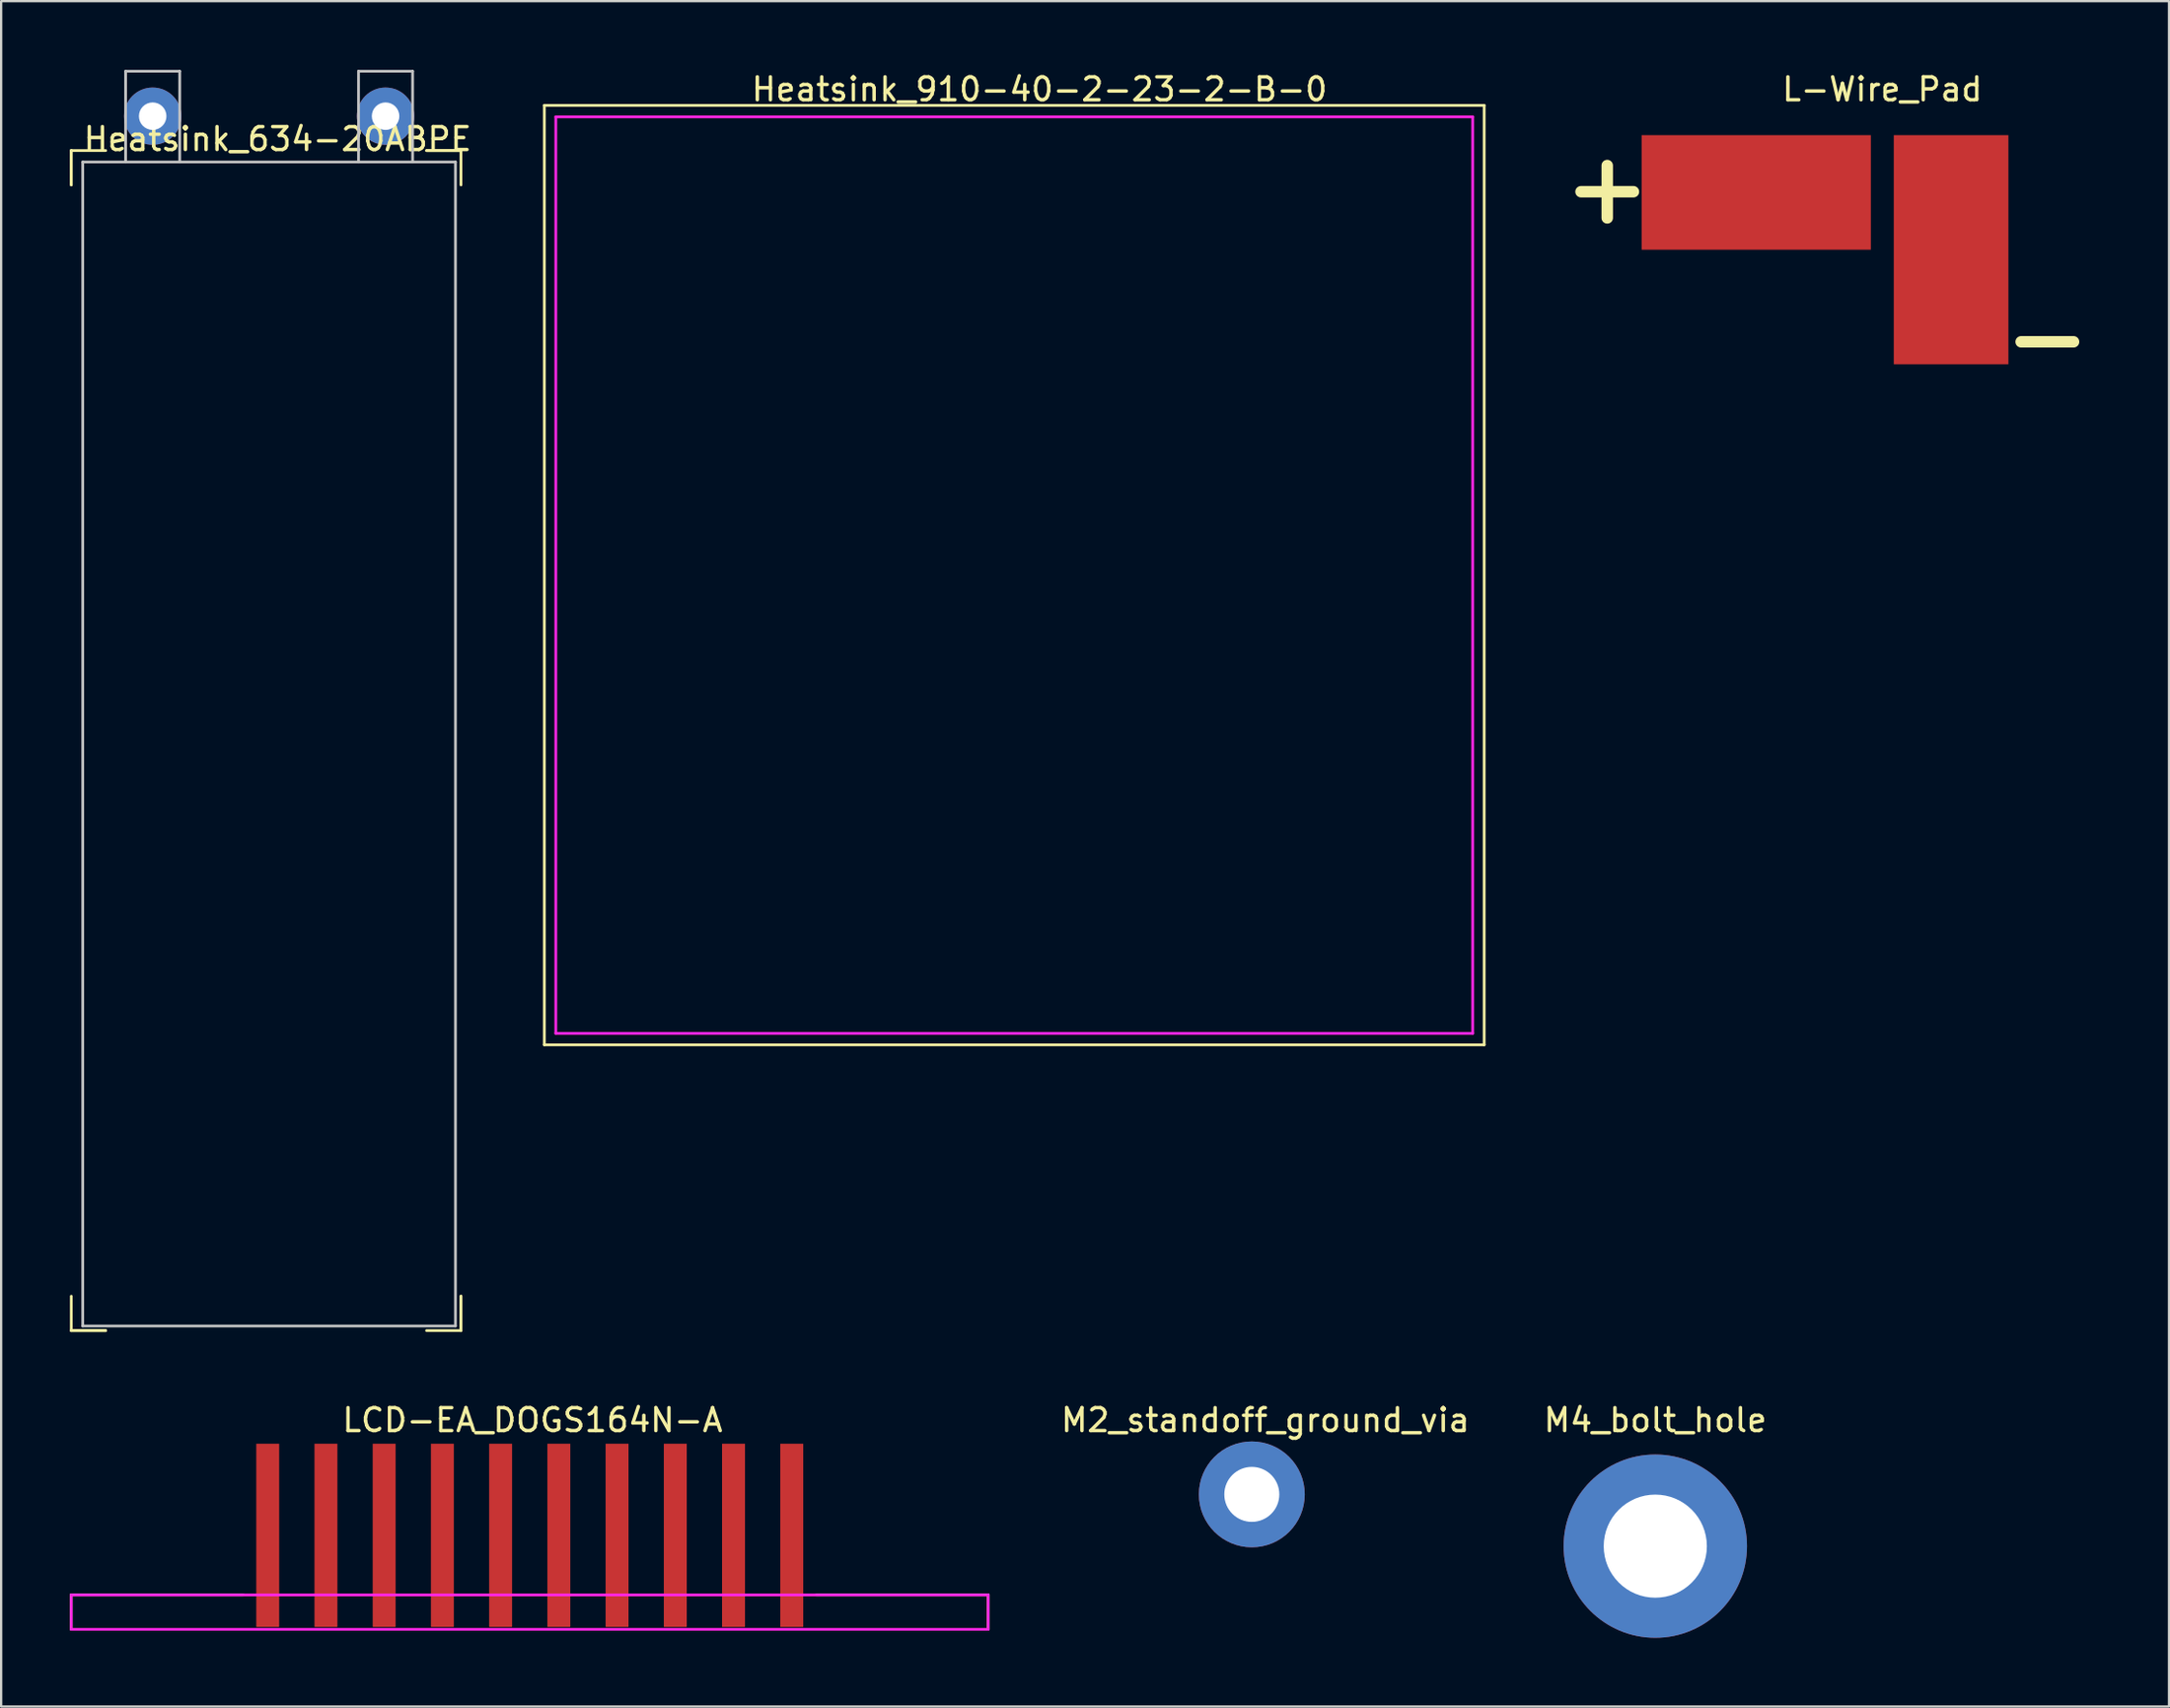
<source format=kicad_pcb>
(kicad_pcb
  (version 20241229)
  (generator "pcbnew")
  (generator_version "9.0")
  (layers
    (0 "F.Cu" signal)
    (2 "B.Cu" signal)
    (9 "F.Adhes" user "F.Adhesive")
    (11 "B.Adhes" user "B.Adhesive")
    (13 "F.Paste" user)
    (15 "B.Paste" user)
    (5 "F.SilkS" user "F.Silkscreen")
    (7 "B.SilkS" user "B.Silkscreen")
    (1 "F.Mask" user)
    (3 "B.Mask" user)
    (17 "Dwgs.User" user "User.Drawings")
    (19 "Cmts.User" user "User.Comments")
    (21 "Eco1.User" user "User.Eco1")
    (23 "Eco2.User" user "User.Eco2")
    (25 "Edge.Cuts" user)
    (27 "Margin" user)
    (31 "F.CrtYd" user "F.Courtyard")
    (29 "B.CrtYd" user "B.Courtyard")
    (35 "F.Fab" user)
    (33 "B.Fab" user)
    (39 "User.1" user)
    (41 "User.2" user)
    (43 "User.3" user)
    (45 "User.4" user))
  (footprint "L-Wire_Pad"
    (layer "F.Cu")
    (at 79.065 2.848)
    (property "Reference" "L-Wire_Pad" (at 0 -2 0) (layer "F.SilkS") (effects (font (size 1 1) (thickness 0.15))))
    (attr through_hole)
    (fp_text user "+" (at -12 2.25 0) (layer "F.SilkS") (effects (font (size 3 3) (thickness 0.5))))
    (fp_text user "-" (at 7.2 8.8 0) (layer "F.SilkS") (effects (font (size 3 3) (thickness 0.5))))
    (pad "1" smd rect (at -5.5 2.5) (size 10 5) (layers "F.Cu" "F.Mask" "F.Paste"))
    (pad "2" smd rect (at 3 5) (size 5 10) (layers "F.Cu" "F.Mask" "F.Paste")))
  (footprint "Heatsink_910-40-2-23-2-B-0"
    (layer "F.Cu")
    (at 21.197 2.048)
    (property "Reference" "Heatsink_910-40-2-23-2-B-0" (at 21.1 -1.2 0) (layer "F.SilkS") (effects (font (size 1 1) (thickness 0.15))))
    (attr through_hole)
    (fp_line (start -0.5 -0.5) (end 40.5 -0.5) (stroke (width 0.12) (type solid)) (layer "F.SilkS"))
    (fp_line (start -0.5 40.5) (end -0.5 -0.5) (stroke (width 0.12) (type solid)) (layer "F.SilkS"))
    (fp_line (start 40.5 -0.5) (end 40.5 40.5) (stroke (width 0.12) (type solid)) (layer "F.SilkS"))
    (fp_line (start 40.5 40.5) (end -0.5 40.5) (stroke (width 0.12) (type solid)) (layer "F.SilkS"))
    (fp_line (start 0 0) (end 40 0) (stroke (width 0.12) (type solid)) (layer "F.CrtYd"))
    (fp_line (start 0 40) (end 0 0) (stroke (width 0.12) (type solid)) (layer "F.CrtYd"))
    (fp_line (start 40 0) (end 40 40) (stroke (width 0.12) (type solid)) (layer "F.CrtYd"))
    (fp_line (start 40 40) (end 0 40) (stroke (width 0.12) (type solid)) (layer "F.CrtYd")))
  (footprint "Heatsink_634-20ABPE"
    (layer "F.Cu")
    (at 0.56 4.02)
    (property "Reference" "Heatsink_634-20ABPE" (at 8.5 -1 0) (layer "F.SilkS") (effects (font (size 1 1) (thickness 0.15))))
    (attr through_hole)
    (fp_line (start -0.5 -0.5) (end -0.5 1) (stroke (width 0.12) (type solid)) (layer "F.SilkS"))
    (fp_line (start -0.5 -0.5) (end 1 -0.5) (stroke (width 0.12) (type solid)) (layer "F.SilkS"))
    (fp_line (start -0.5 1) (end -0.5 -0.5) (stroke (width 0.12) (type solid)) (layer "F.SilkS"))
    (fp_line (start -0.5 51) (end -0.5 49.5) (stroke (width 0.12) (type solid)) (layer "F.SilkS"))
    (fp_line (start -0.5 51) (end 1 51) (stroke (width 0.12) (type solid)) (layer "F.SilkS"))
    (fp_line (start 1 51) (end -0.5 51) (stroke (width 0.12) (type solid)) (layer "F.SilkS"))
    (fp_line (start 15 -0.5) (end 16.5 -0.5) (stroke (width 0.12) (type solid)) (layer "F.SilkS"))
    (fp_line (start 16.5 -0.5) (end 15 -0.5) (stroke (width 0.12) (type solid)) (layer "F.SilkS"))
    (fp_line (start 16.5 -0.5) (end 16.5 1) (stroke (width 0.12) (type solid)) (layer "F.SilkS"))
    (fp_line (start 16.5 49.5) (end 16.5 51) (stroke (width 0.12) (type solid)) (layer "F.SilkS"))
    (fp_line (start 16.5 51) (end 15 51) (stroke (width 0.12) (type solid)) (layer "F.SilkS"))
    (fp_line (start 16.5 51) (end 16.5 49.5) (stroke (width 0.12) (type solid)) (layer "F.SilkS"))
    (fp_line (start 0 0) (end 0 50.8) (stroke (width 0.12) (type solid)) (layer "Dwgs.User"))
    (fp_line (start 0 0) (end 16.26 0) (stroke (width 0.12) (type solid)) (layer "Dwgs.User"))
    (fp_line (start 0 50.8) (end 16.26 50.8) (stroke (width 0.12) (type solid)) (layer "Dwgs.User"))
    (fp_line (start 1.87 -3.96) (end 4.23 -3.96) (stroke (width 0.12) (type solid)) (layer "Dwgs.User"))
    (fp_line (start 1.87 0) (end 1.87 -3.96) (stroke (width 0.12) (type solid)) (layer "Dwgs.User"))
    (fp_line (start 4.23 0) (end 4.23 -3.96) (stroke (width 0.12) (type solid)) (layer "Dwgs.User"))
    (fp_line (start 12.03 -3.96) (end 14.39 -3.96) (stroke (width 0.12) (type solid)) (layer "Dwgs.User"))
    (fp_line (start 12.03 0) (end 12.03 -3.96) (stroke (width 0.12) (type solid)) (layer "Dwgs.User"))
    (fp_line (start 14.39 0) (end 14.39 -3.96) (stroke (width 0.12) (type solid)) (layer "Dwgs.User"))
    (fp_line (start 16.26 0) (end 16.26 50.8) (stroke (width 0.12) (type solid)) (layer "Dwgs.User"))
    (pad "1" thru_hole circle (at 3.05 -2) (size 2.5 2.5) (drill 1.2) (layers "*.Cu" "*.Mask"))
    (pad "2" thru_hole circle (at 13.21 -2) (size 2.5 2.5) (drill 1.2) (layers "*.Cu" "*.Mask")))
  (footprint "M4_bolt_hole"
    (layer "F.Cu")
    (at 69.162 64.428)
    (property "Reference" "M4_bolt_hole" (at 0 -5.5 0) (layer "F.SilkS") (effects (font (size 1 1) (thickness 0.15))))
    (attr through_hole)
    (pad "1" thru_hole circle (at 0 0) (size 8 8) (drill 4.5) (layers "*.Cu" "*.Mask")))
  (footprint "M2_standoff_ground_via"
    (layer "F.Cu")
    (at 51.94 61.208)
    (property "Reference" "M2_standoff_ground_via" (at 0.21 -2.28 0) (layer "F.SilkS") (effects (font (size 1 1) (thickness 0.15))))
    (attr through_hole)
    (pad "1" thru_hole circle (at -0.38 0.96) (size 4.62 4.62) (drill 2.4) (layers "*.Cu" "*.Mask")))
  (footprint "LCD-EA_DOGS164N-A"
    (layer "F.Cu")
    (at 20.06 66.558)
    (property "Reference" "LCD-EA_DOGS164N-A" (at 0.12 -7.63 180) (layer "F.SilkS") (effects (font (size 1 1) (thickness 0.15))))
    (attr smd)
    (fp_line (start -20 0) (end -20 1.5) (stroke (width 0.12) (type solid)) (layer "F.SilkS"))
    (fp_line (start -12.5 0) (end -20 0) (stroke (width 0.12) (type solid)) (layer "F.SilkS"))
    (fp_line (start 12.5 0) (end 20 0) (stroke (width 0.12) (type solid)) (layer "F.SilkS"))
    (fp_line (start 20 0) (end 20 1.5) (stroke (width 0.12) (type solid)) (layer "F.SilkS"))
    (fp_line (start -20 0) (end 20 0) (stroke (width 0.12) (type solid)) (layer "F.CrtYd"))
    (fp_line (start -20 1.5) (end -20 0) (stroke (width 0.12) (type solid)) (layer "F.CrtYd"))
    (fp_line (start -20 1.5) (end 20 1.5) (stroke (width 0.12) (type solid)) (layer "F.CrtYd"))
    (fp_line (start 20 0) (end 20 1.5) (stroke (width 0.12) (type solid)) (layer "F.CrtYd"))
    (pad "11" smd rect (at -11.43 -2.6) (size 1 8) (layers "F.Cu" "F.Mask" "F.Paste"))
    (pad "12" smd rect (at -8.89 -2.6) (size 1 8) (layers "F.Cu" "F.Mask" "F.Paste"))
    (pad "13" smd rect (at -6.35 -2.6) (size 1 8) (layers "F.Cu" "F.Mask" "F.Paste"))
    (pad "14" smd rect (at -3.81 -2.6) (size 1 8) (layers "F.Cu" "F.Mask" "F.Paste"))
    (pad "15" smd rect (at -1.27 -2.6) (size 1 8) (layers "F.Cu" "F.Mask" "F.Paste"))
    (pad "16" smd rect (at 1.27 -2.6) (size 1 8) (layers "F.Cu" "F.Mask" "F.Paste"))
    (pad "17" smd rect (at 3.81 -2.6) (size 1 8) (layers "F.Cu" "F.Mask" "F.Paste"))
    (pad "18" smd rect (at 6.35 -2.6) (size 1 8) (layers "F.Cu" "F.Mask" "F.Paste"))
    (pad "19" smd rect (at 8.89 -2.6) (size 1 8) (layers "F.Cu" "F.Mask" "F.Paste"))
    (pad "20" smd rect (at 11.43 -2.6) (size 1 8) (layers "F.Cu" "F.Mask" "F.Paste")))
  (gr_rect
    (start -3 -3)
    (end 91.572 71.428)
    (stroke (width 0.1) (type default))
    (fill no)
    (layer "Edge.Cuts")))
</source>
